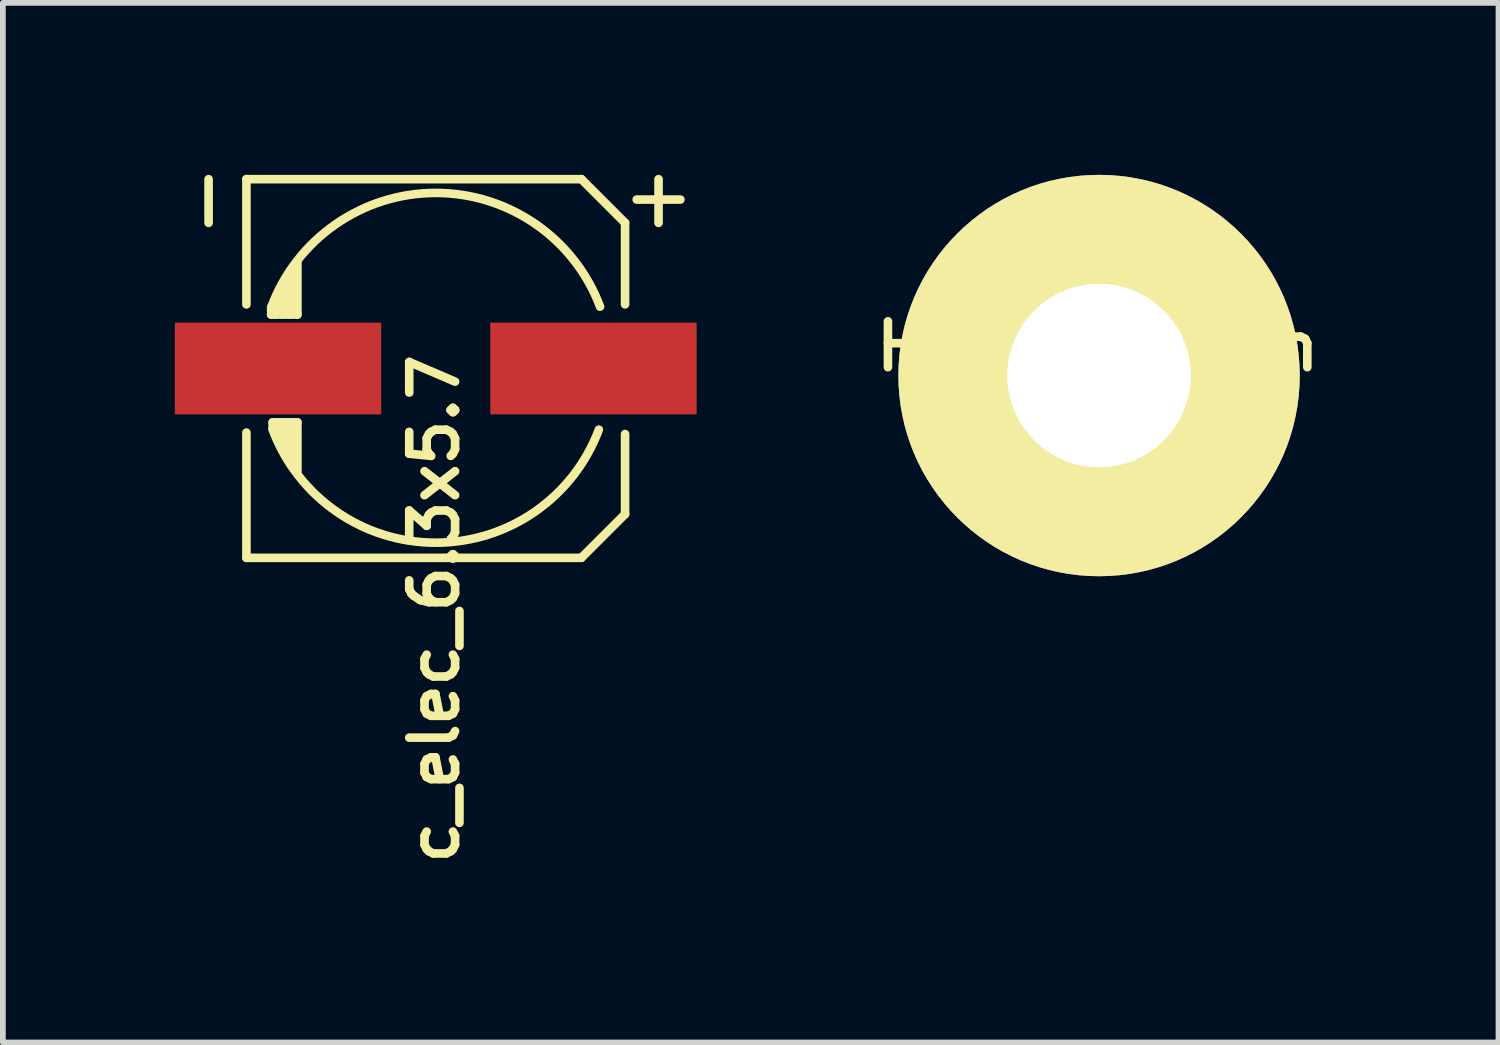
<source format=kicad_pcb>
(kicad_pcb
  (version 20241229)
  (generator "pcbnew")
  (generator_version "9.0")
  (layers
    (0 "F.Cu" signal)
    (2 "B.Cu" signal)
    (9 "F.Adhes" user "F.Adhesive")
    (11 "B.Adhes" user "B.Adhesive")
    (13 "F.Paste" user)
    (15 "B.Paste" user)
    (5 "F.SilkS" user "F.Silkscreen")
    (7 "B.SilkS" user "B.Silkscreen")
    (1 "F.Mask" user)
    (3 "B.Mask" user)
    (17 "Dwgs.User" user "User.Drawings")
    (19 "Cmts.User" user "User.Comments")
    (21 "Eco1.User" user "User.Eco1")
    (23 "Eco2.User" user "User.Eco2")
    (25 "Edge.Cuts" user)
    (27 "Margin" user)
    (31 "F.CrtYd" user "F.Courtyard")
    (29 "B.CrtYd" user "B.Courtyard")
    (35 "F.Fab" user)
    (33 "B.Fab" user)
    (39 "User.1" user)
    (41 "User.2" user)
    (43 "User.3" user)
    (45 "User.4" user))
  (footprint "c_elec_6.3x5.7"
    (layer "F.Cu")
    (at 4.55 3.377)
    (property "Reference" "c_elec_6.3x5.7" (at -0.025 4.191 90) (layer "F.SilkS") (effects (font (size 0.8 0.8) (thickness 0.15))))
    (attr through_hole)
    (fp_line (start -3.962 -3.302) (end -3.962 -2.54) (stroke (width 0.15) (type solid)) (layer "F.SilkS"))
    (fp_line (start -3.302 -3.302) (end -3.302 -1.118) (stroke (width 0.15) (type solid)) (layer "F.SilkS"))
    (fp_line (start -3.302 3.302) (end -3.302 1.118) (stroke (width 0.15) (type solid)) (layer "F.SilkS"))
    (fp_line (start -3.302 3.302) (end 2.54 3.302) (stroke (width 0.15) (type solid)) (layer "F.SilkS"))
    (fp_line (start -2.87 -1.067) (end -2.87 -0.94) (stroke (width 0.15) (type solid)) (layer "F.SilkS"))
    (fp_line (start -2.845 0.94) (end -2.845 1.041) (stroke (width 0.15) (type solid)) (layer "F.SilkS"))
    (fp_line (start -2.794 -1.219) (end -2.794 -0.94) (stroke (width 0.15) (type solid)) (layer "F.SilkS"))
    (fp_line (start -2.794 1.168) (end -2.794 0.94) (stroke (width 0.15) (type solid)) (layer "F.SilkS"))
    (fp_line (start -2.667 -1.473) (end -2.667 -0.94) (stroke (width 0.15) (type solid)) (layer "F.SilkS"))
    (fp_line (start -2.667 1.422) (end -2.667 0.94) (stroke (width 0.15) (type solid)) (layer "F.SilkS"))
    (fp_line (start -2.54 -1.676) (end -2.54 -0.94) (stroke (width 0.15) (type solid)) (layer "F.SilkS"))
    (fp_line (start -2.54 1.626) (end -2.54 0.94) (stroke (width 0.15) (type solid)) (layer "F.SilkS"))
    (fp_line (start -2.413 -1.854) (end -2.413 -0.94) (stroke (width 0.15) (type solid)) (layer "F.SilkS"))
    (fp_line (start -2.413 -0.94) (end -2.87 -0.94) (stroke (width 0.15) (type solid)) (layer "F.SilkS"))
    (fp_line (start -2.413 0.94) (end -2.845 0.94) (stroke (width 0.15) (type solid)) (layer "F.SilkS"))
    (fp_line (start -2.413 1.803) (end -2.413 0.94) (stroke (width 0.15) (type solid)) (layer "F.SilkS"))
    (fp_line (start 2.54 -3.302) (end -3.302 -3.302) (stroke (width 0.15) (type solid)) (layer "F.SilkS"))
    (fp_line (start 2.54 3.302) (end 3.302 2.54) (stroke (width 0.15) (type solid)) (layer "F.SilkS"))
    (fp_line (start 3.302 -2.54) (end 2.54 -3.302) (stroke (width 0.15) (type solid)) (layer "F.SilkS"))
    (fp_line (start 3.302 -2.54) (end 3.302 -1.118) (stroke (width 0.15) (type solid)) (layer "F.SilkS"))
    (fp_line (start 3.302 1.143) (end 3.302 2.54) (stroke (width 0.15) (type solid)) (layer "F.SilkS"))
    (fp_line (start 3.886 -3.302) (end 3.886 -2.54) (stroke (width 0.15) (type solid)) (layer "F.SilkS"))
    (fp_line (start 4.267 -2.946) (end 3.505 -2.946) (stroke (width 0.15) (type solid)) (layer "F.SilkS"))
    (fp_arc (start -2.8702 -1.0668) (mid -0.005923 -3.062038) (end 2.866051 -1.077896) (stroke (width 0.14986) (type solid)) (layer "F.SilkS"))
    (fp_arc (start 2.8448 1.0668) (mid -0.002972 3.038246) (end -2.846882 1.061233) (stroke (width 0.14986) (type solid)) (layer "F.SilkS"))
    (pad "1" smd rect (at 2.751 0) (size 3.599 1.6) (layers "F.Cu" "F.Mask" "F.Paste"))
    (pad "2" smd rect (at -2.751 0) (size 3.599 1.6) (layers "F.Cu" "F.Mask" "F.Paste")))
  (footprint "HOLE_3.0mm"
    (layer "F.Cu")
    (at 16.119 3.5)
    (property "Reference" "HOLE_3.0mm" (at -0.025 -0.508 0) (layer "F.SilkS") (effects (font (size 0.8 0.8) (thickness 0.15))))
    (attr through_hole)
    (pad "" np_thru_hole circle (at 0 0) (size 7 7) (drill 3.2) (layers "*.Cu" "*.Mask" "F.SilkS")))
  (gr_rect
    (start -3 -3)
    (end 23.086 15.132)
    (stroke (width 0.1) (type default))
    (fill no)
    (layer "Edge.Cuts")))
</source>
